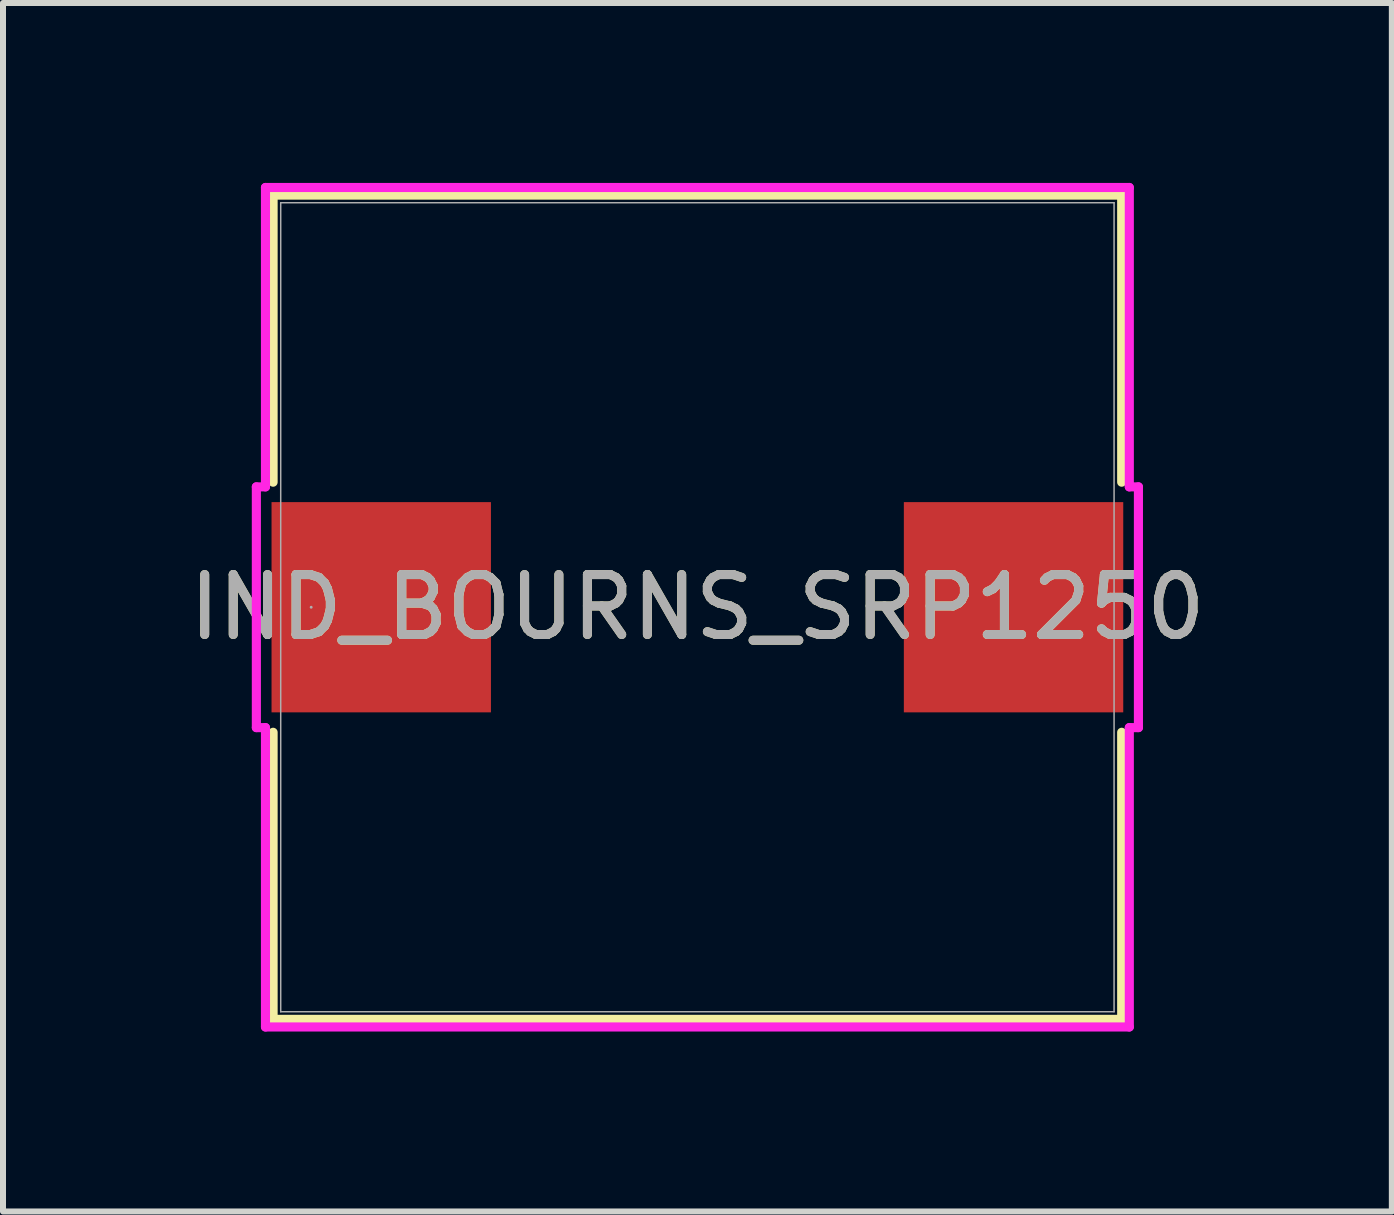
<source format=kicad_pcb>
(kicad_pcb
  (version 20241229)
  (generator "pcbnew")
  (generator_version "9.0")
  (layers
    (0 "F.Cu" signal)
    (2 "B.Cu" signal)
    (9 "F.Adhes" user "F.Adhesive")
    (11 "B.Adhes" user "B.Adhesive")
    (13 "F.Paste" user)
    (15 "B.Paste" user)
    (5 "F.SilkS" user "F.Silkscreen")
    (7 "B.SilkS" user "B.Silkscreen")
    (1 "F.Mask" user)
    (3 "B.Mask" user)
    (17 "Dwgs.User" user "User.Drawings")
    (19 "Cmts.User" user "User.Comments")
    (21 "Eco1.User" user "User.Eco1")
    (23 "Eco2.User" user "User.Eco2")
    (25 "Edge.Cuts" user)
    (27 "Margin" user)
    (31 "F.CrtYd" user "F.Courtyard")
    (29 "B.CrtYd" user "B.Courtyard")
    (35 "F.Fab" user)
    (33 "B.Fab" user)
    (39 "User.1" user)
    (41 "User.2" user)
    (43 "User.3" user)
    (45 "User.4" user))
  (footprint "IND_BOURNS_SRP1250"
    (layer "F.Cu")
    (at 8.577 7.074)
    (property "Reference" "IND_BOURNS_SRP1250" (at 0 0 0) (unlocked yes) (layer "F.SilkS") (effects (font (size 1 1) (thickness 0.15))))
    (attr smd)
    (fp_line (start -7.074 -6.871) (end -7.074 -2.085) (stroke (width 0.152) (type solid)) (layer "F.SilkS"))
    (fp_line (start -7.074 2.085) (end -7.074 6.871) (stroke (width 0.152) (type solid)) (layer "F.SilkS"))
    (fp_line (start -7.074 6.871) (end 7.074 6.871) (stroke (width 0.152) (type solid)) (layer "F.SilkS"))
    (fp_line (start 7.074 -6.871) (end -7.074 -6.871) (stroke (width 0.152) (type solid)) (layer "F.SilkS"))
    (fp_line (start 7.074 -2.085) (end 7.074 -6.871) (stroke (width 0.152) (type solid)) (layer "F.SilkS"))
    (fp_line (start 7.074 6.871) (end 7.074 2.085) (stroke (width 0.152) (type solid)) (layer "F.SilkS"))
    (fp_line (start -7.353 -2.007) (end -7.201 -2.007) (stroke (width 0.152) (type solid)) (layer "F.CrtYd"))
    (fp_line (start -7.353 2.007) (end -7.353 -2.007) (stroke (width 0.152) (type solid)) (layer "F.CrtYd"))
    (fp_line (start -7.201 -6.998) (end 7.201 -6.998) (stroke (width 0.152) (type solid)) (layer "F.CrtYd"))
    (fp_line (start -7.201 -2.007) (end -7.201 -6.998) (stroke (width 0.152) (type solid)) (layer "F.CrtYd"))
    (fp_line (start -7.201 2.007) (end -7.353 2.007) (stroke (width 0.152) (type solid)) (layer "F.CrtYd"))
    (fp_line (start -7.201 6.998) (end -7.201 2.007) (stroke (width 0.152) (type solid)) (layer "F.CrtYd"))
    (fp_line (start 7.201 -6.998) (end 7.201 -2.007) (stroke (width 0.152) (type solid)) (layer "F.CrtYd"))
    (fp_line (start 7.201 -2.007) (end 7.353 -2.007) (stroke (width 0.152) (type solid)) (layer "F.CrtYd"))
    (fp_line (start 7.201 2.007) (end 7.201 6.998) (stroke (width 0.152) (type solid)) (layer "F.CrtYd"))
    (fp_line (start 7.201 6.998) (end -7.201 6.998) (stroke (width 0.152) (type solid)) (layer "F.CrtYd"))
    (fp_line (start 7.353 -2.007) (end 7.353 2.007) (stroke (width 0.152) (type solid)) (layer "F.CrtYd"))
    (fp_line (start 7.353 2.007) (end 7.201 2.007) (stroke (width 0.152) (type solid)) (layer "F.CrtYd"))
    (fp_line (start -6.947 -6.744) (end -6.947 6.744) (stroke (width 0.025) (type solid)) (layer "F.Fab"))
    (fp_line (start -6.947 6.744) (end 6.947 6.744) (stroke (width 0.025) (type solid)) (layer "F.Fab"))
    (fp_line (start 6.947 -6.744) (end -6.947 -6.744) (stroke (width 0.025) (type solid)) (layer "F.Fab"))
    (fp_line (start 6.947 6.744) (end 6.947 -6.744) (stroke (width 0.025) (type solid)) (layer "F.Fab"))
    (fp_circle (center -6.439 0) (end -6.439 0) (stroke (width 0.025) (type solid)) (fill no) (layer "F.Fab"))
    (fp_text user "${REFERENCE}" (at 0 0 0) (unlocked yes) (layer "F.Fab") (effects (font (size 1 1) (thickness 0.15))))
    (pad "1" smd rect (at -5.271 0 90) (size 3.505 3.658) (layers "F.Cu" "F.Mask" "F.Paste"))
    (pad "2" smd rect (at 5.271 0 90) (size 3.505 3.658) (layers "F.Cu" "F.Mask" "F.Paste"))
    (zone (net_name "") (layer "F.Cu") (hatch full 0.508) (connect_pads) (min_thickness 0.254) (filled_areas_thickness no) (keepout (tracks not_allowed) (vias not_allowed) (pads allowed) (copperpour not_allowed) (footprints allowed)) (placement (enabled no)) (fill) (polygon (pts (xy 1.681 0.381) (xy 15.473 0.381) (xy 15.473 5.271) (xy 1.681 5.271))))
    (zone (net_name "") (layer "F.Cu") (hatch full 0.508) (connect_pads) (min_thickness 0.254) (filled_areas_thickness no) (keepout (tracks not_allowed) (vias not_allowed) (pads allowed) (copperpour not_allowed) (footprints allowed)) (placement (enabled no)) (fill) (polygon (pts (xy 1.681 8.877) (xy 15.473 8.877) (xy 15.473 13.767) (xy 1.681 13.767))))
    (zone (net_name "") (layer "F.Cu") (hatch full 0.508) (connect_pads) (min_thickness 0.254) (filled_areas_thickness no) (keepout (tracks not_allowed) (vias not_allowed) (pads allowed) (copperpour not_allowed) (footprints allowed)) (placement (enabled no)) (fill) (polygon (pts (xy 5.186 5.271) (xy 11.968 5.271) (xy 11.968 8.877) (xy 5.186 8.877)))))
  (gr_rect
    (start -3 -3)
    (end 20.155 17.148)
    (stroke (width 0.1) (type default))
    (fill no)
    (layer "Edge.Cuts")))
</source>
